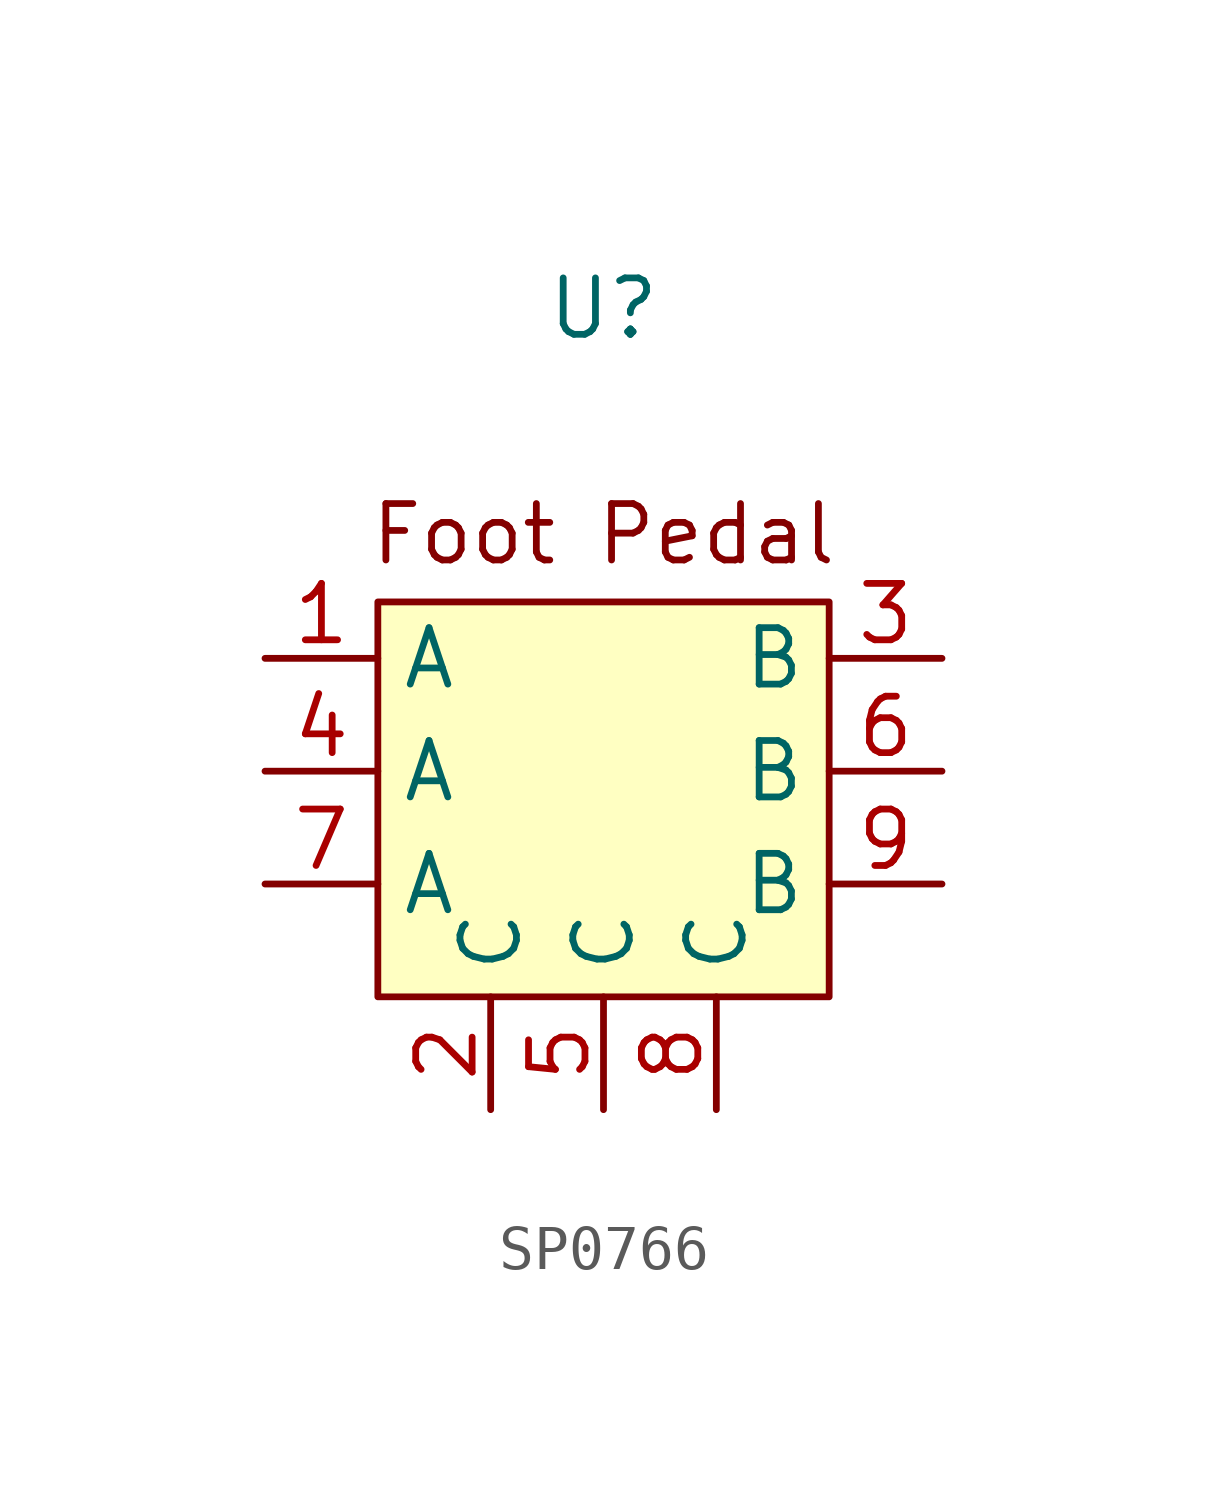
<source format=kicad_sym>
(kicad_symbol_lib
  (version 20231120)
  (generator "kicad_symbol_editor")
  (generator_version "8.0")
  (symbol "SP0766"
    (property "Reference" "U"
      (at 0 10.414 0)
      (effects (font (size 1.27 1.27))))
    (property "Value" ""
      (at 0 0 0)
      (effects (font (size 1.27 1.27))))
    (symbol "SP0766_1_1"
      (rectangle (start -5.08 3.81) (end 5.08 -5.08) (stroke (width 0) (type default)) (fill (type background)))
      (text "Foot Pedal" (at 0 5.334 0) (effects (font (size 1.27 1.27))))
      (pin input line (at -7.62 2.54 0) (length 2.54) (name "A" (effects (font (size 1.27 1.27)))) (number "1" (effects (font (size 1.27 1.27)))))
      (pin input line (at -2.54 -7.62 90) (length 2.54) (name "C" (effects (font (size 1.27 1.27)))) (number "2" (effects (font (size 1.27 1.27)))))
      (pin input line (at 7.62 2.54 180) (length 2.54) (name "B" (effects (font (size 1.27 1.27)))) (number "3" (effects (font (size 1.27 1.27)))))
      (pin input line (at -7.62 0 0) (length 2.54) (name "A" (effects (font (size 1.27 1.27)))) (number "4" (effects (font (size 1.27 1.27)))))
      (pin input line (at 0 -7.62 90) (length 2.54) (name "C" (effects (font (size 1.27 1.27)))) (number "5" (effects (font (size 1.27 1.27)))))
      (pin input line (at 7.62 0 180) (length 2.54) (name "B" (effects (font (size 1.27 1.27)))) (number "6" (effects (font (size 1.27 1.27)))))
      (pin input line (at -7.62 -2.54 0) (length 2.54) (name "A" (effects (font (size 1.27 1.27)))) (number "7" (effects (font (size 1.27 1.27)))))
      (pin input line (at 2.54 -7.62 90) (length 2.54) (name "C" (effects (font (size 1.27 1.27)))) (number "8" (effects (font (size 1.27 1.27)))))
      (pin input line (at 7.62 -2.54 180) (length 2.54) (name "B" (effects (font (size 1.27 1.27)))) (number "9" (effects (font (size 1.27 1.27))))))))
</source>
